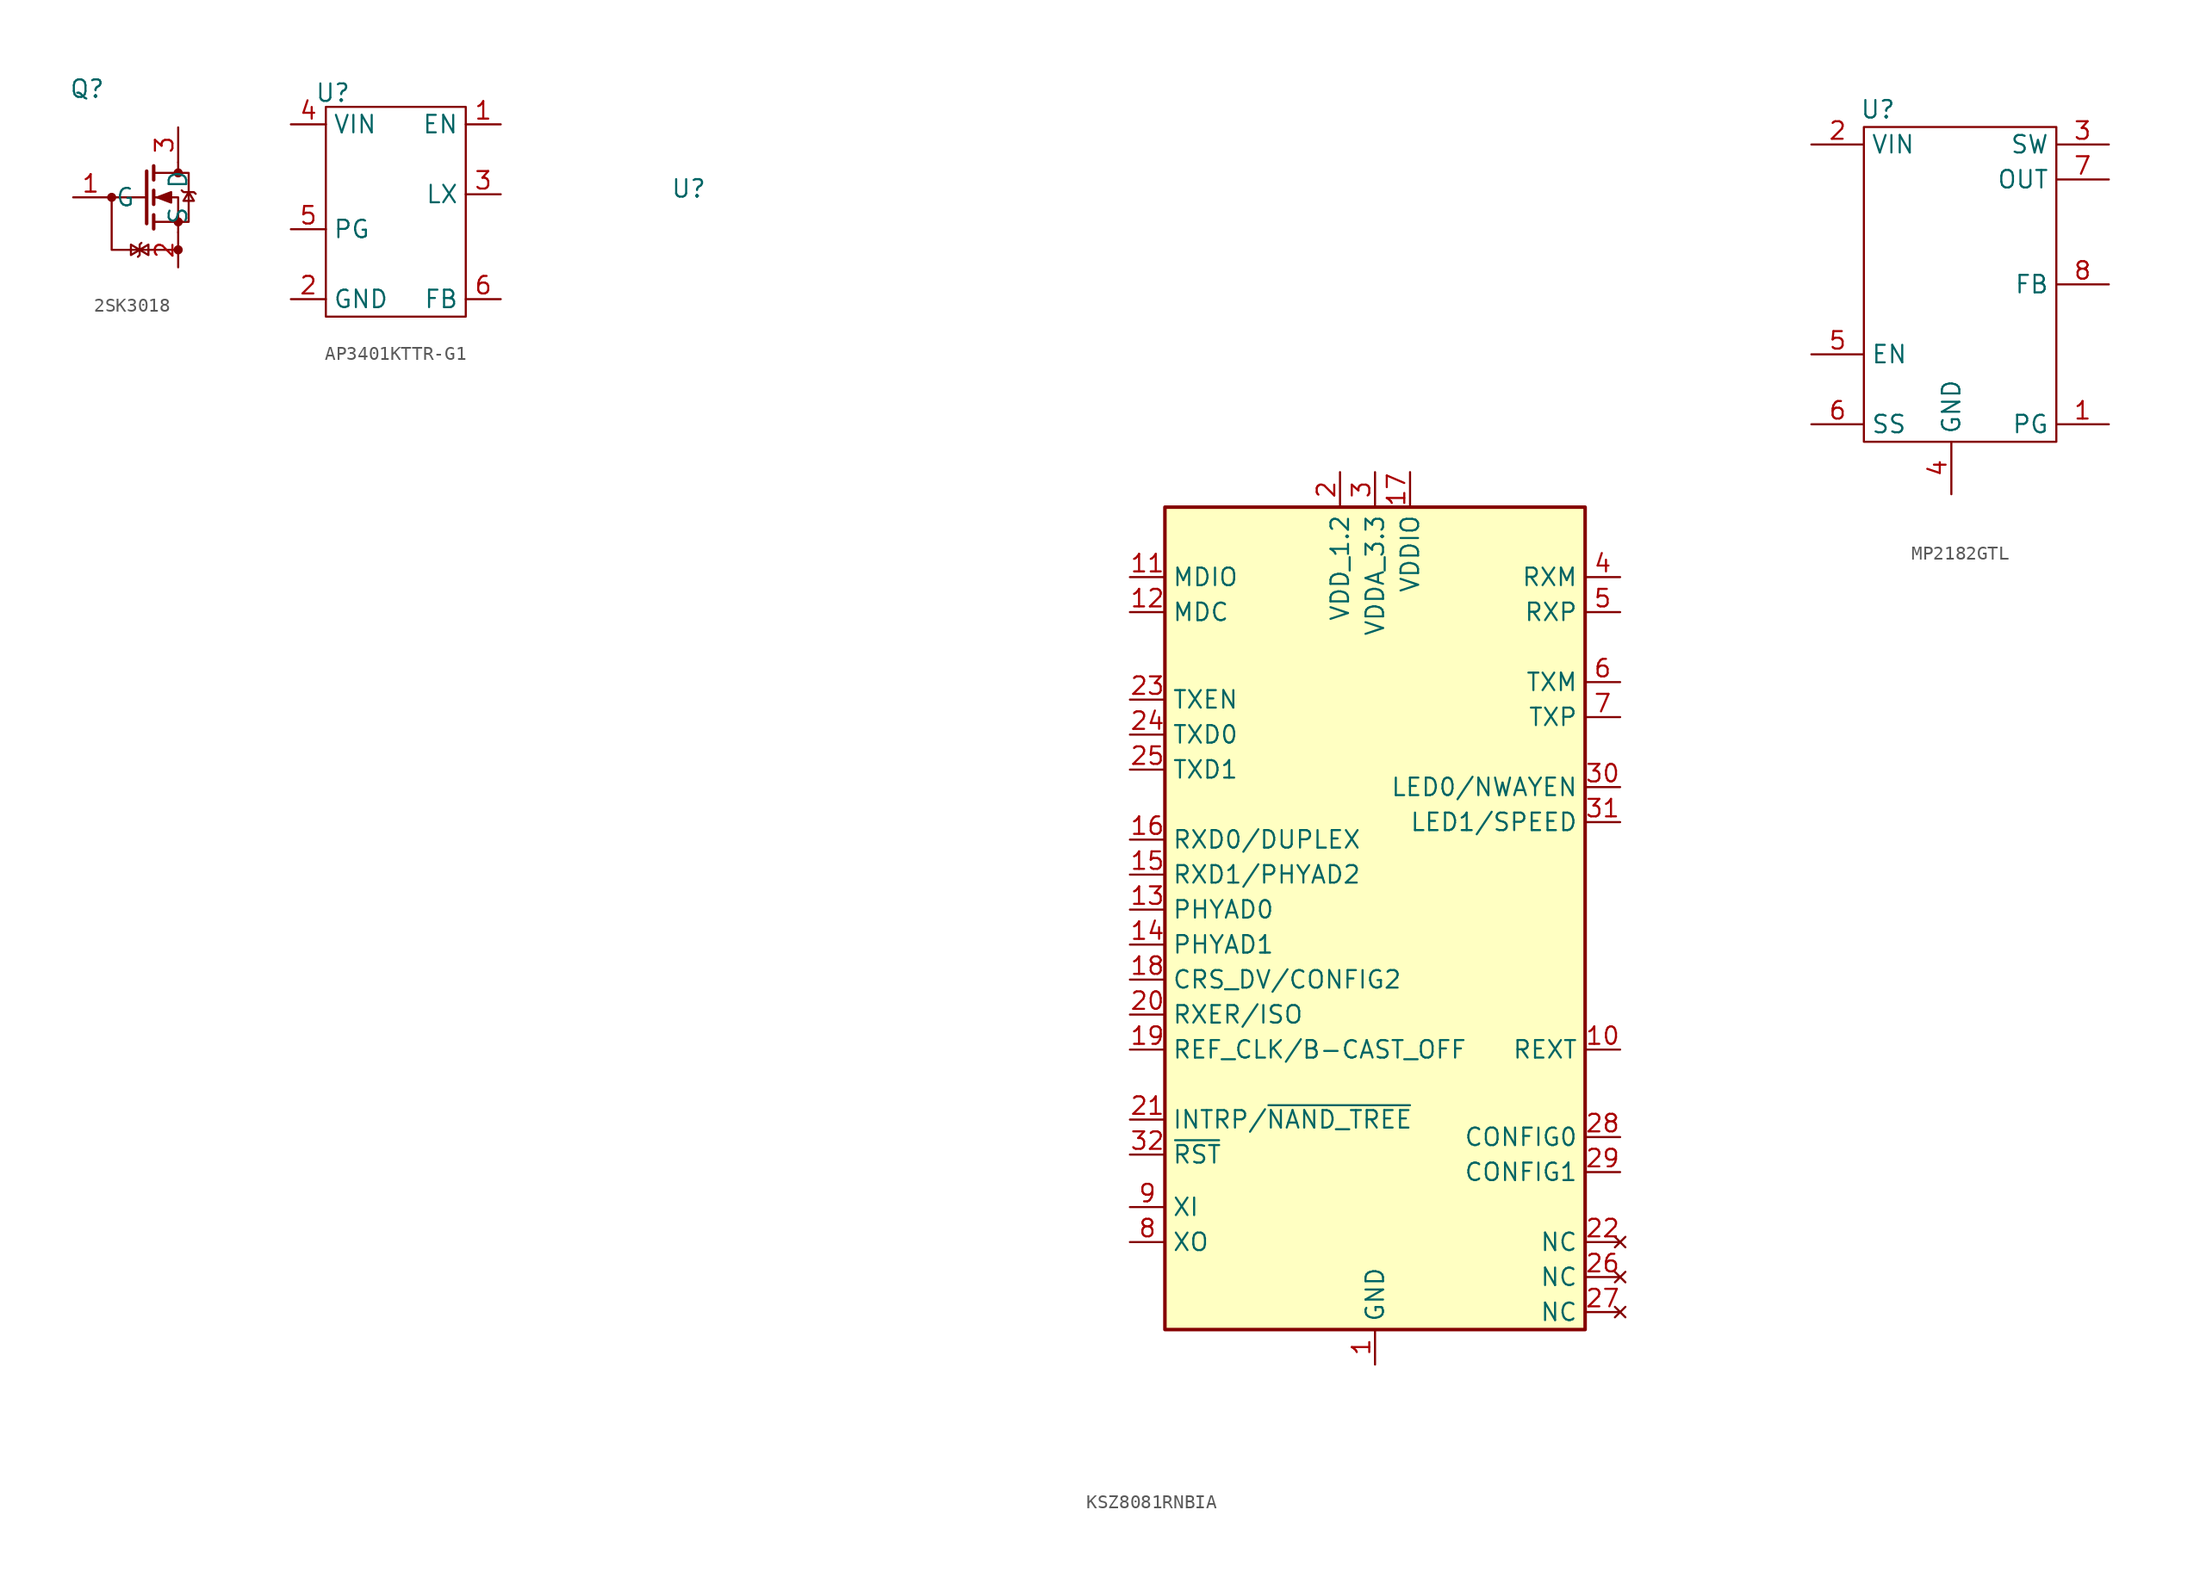
<source format=kicad_sym>
(kicad_symbol_lib
  (version 20231120)
  (generator "kicad_symbol_editor")
  (generator_version "8.0")
  (symbol "2SK3018"
    (property "Reference" "Q"
      (at -6.604 7.874 0)
      (effects (font (size 1.27 1.27))))
    (property "Value" ""
      (at 0 0 0)
      (effects (font (size 1.27 1.27))))
    (symbol "2SK3018_0_1"
      (polyline (pts (xy 0 -3.81) (xy -4.826 -3.81) (xy -4.826 0)) (stroke (width 0) (type default)) (fill (type none))))
    (symbol "2SK3018_1_1"
      (circle (center -4.826 0) (radius 0.254) (stroke (width 0) (type default)) (fill (type outline)))
      (circle (center 0 -3.81) (radius 0.254) (stroke (width 0) (type default)) (fill (type outline)))
      (circle (center 0 -1.778) (radius 0.254) (stroke (width 0) (type default)) (fill (type outline)))
      (polyline (pts (xy -2.286 0) (xy -5.08 0)) (stroke (width 0) (type default)) (fill (type none)))
      (polyline (pts (xy -2.286 1.905) (xy -2.286 -1.905)) (stroke (width 0.254) (type default)) (fill (type none)))
      (polyline (pts (xy -1.778 -1.27) (xy -1.778 -2.286)) (stroke (width 0.254) (type default)) (fill (type none)))
      (polyline (pts (xy -1.778 0.508) (xy -1.778 -0.508)) (stroke (width 0.254) (type default)) (fill (type none)))
      (polyline (pts (xy -1.778 2.286) (xy -1.778 1.27)) (stroke (width 0.254) (type default)) (fill (type none)))
      (polyline (pts (xy 0 2.54) (xy 0 1.778)) (stroke (width 0) (type default)) (fill (type none)))
      (polyline (pts (xy 0 -2.54) (xy 0 0) (xy -1.778 0)) (stroke (width 0) (type default)) (fill (type none)))
      (polyline (pts (xy -2.794 -3.81) (xy -3.429 -3.429) (xy -3.429 -4.191) (xy -2.794 -3.81)) (stroke (width 0) (type default)) (fill (type none)))
      (polyline (pts (xy -2.794 -3.81) (xy -2.159 -4.191) (xy -2.159 -3.429) (xy -2.794 -3.81)) (stroke (width 0) (type default)) (fill (type none)))
      (polyline (pts (xy -2.667 -3.302) (xy -2.794 -3.429) (xy -2.794 -4.191) (xy -2.921 -4.318)) (stroke (width 0) (type default)) (fill (type none)))
      (polyline (pts (xy -1.778 -1.778) (xy 0.762 -1.778) (xy 0.762 1.778) (xy -1.778 1.778)) (stroke (width 0) (type default)) (fill (type none)))
      (polyline (pts (xy -1.524 0) (xy -0.508 0.381) (xy -0.508 -0.381) (xy -1.524 0)) (stroke (width 0) (type default)) (fill (type outline)))
      (polyline (pts (xy 0.254 0.508) (xy 0.381 0.381) (xy 1.143 0.381) (xy 1.27 0.254)) (stroke (width 0) (type default)) (fill (type none)))
      (polyline (pts (xy 0.762 0.381) (xy 0.381 -0.254) (xy 1.143 -0.254) (xy 0.762 0.381)) (stroke (width 0) (type default)) (fill (type none)))
      (circle (center 0 1.778) (radius 0.254) (stroke (width 0) (type default)) (fill (type outline)))
      (pin input line (at -7.62 0 0) (length 2.54) (name "G" (effects (font (size 1.27 1.27)))) (number "1" (effects (font (size 1.27 1.27)))))
      (pin passive line (at 0 -5.08 90) (length 2.54) (name "S" (effects (font (size 1.27 1.27)))) (number "2" (effects (font (size 1.27 1.27)))))
      (pin passive line (at 0 5.08 270) (length 2.54) (name "D" (effects (font (size 1.27 1.27)))) (number "3" (effects (font (size 1.27 1.27)))))))
  (symbol "AP3401KTTR-G1"
    (property "Reference" "U"
      (at -4.572 3.556 0)
      (effects (font (size 1.27 1.27))))
    (property "Value" ""
      (at 0 0 0)
      (effects (font (size 1.27 1.27))))
    (symbol "AP3401KTTR-G1_0_1"
      (rectangle (start -5.08 -12.7) (end 5.08 2.54) (stroke (width 0) (type default)) (fill (type none))))
    (symbol "AP3401KTTR-G1_1_1"
      (pin input line (at 7.62 1.27 180) (length 2.54) (name "EN" (effects (font (size 1.27 1.27)))) (number "1" (effects (font (size 1.27 1.27)))))
      (pin input line (at -7.62 -11.43 0) (length 2.54) (name "GND" (effects (font (size 1.27 1.27)))) (number "2" (effects (font (size 1.27 1.27)))))
      (pin input line (at 7.62 -3.81 180) (length 2.54) (name "LX" (effects (font (size 1.27 1.27)))) (number "3" (effects (font (size 1.27 1.27)))))
      (pin input line (at -7.62 1.27 0) (length 2.54) (name "VIN" (effects (font (size 1.27 1.27)))) (number "4" (effects (font (size 1.27 1.27)))))
      (pin input line (at -7.62 -6.35 0) (length 2.54) (name "PG" (effects (font (size 1.27 1.27)))) (number "5" (effects (font (size 1.27 1.27)))))
      (pin input line (at 7.62 -11.43 180) (length 2.54) (name "FB" (effects (font (size 1.27 1.27)))) (number "6" (effects (font (size 1.27 1.27)))))))
  (symbol "KSZ8081RNBIA"
    (property "Reference" "U"
      (at -49.784 48.514 0)
      (effects (font (size 1.27 1.27))))
    (property "Value" ""
      (at -49.784 48.514 0)
      (effects (font (size 1.27 1.27))))
    (symbol "KSZ8081RNBIA_0_1"
      (rectangle (start -15.24 25.4) (end 15.24 -34.29) (stroke (width 0.254) (type default)) (fill (type background))))
    (symbol "KSZ8081RNBIA_1_1"
      (pin passive line (at 0 -36.83 90) (length 2.54) (name "GND" (effects (font (size 1.27 1.27)))) (number "1" (effects (font (size 1.27 1.27)))))
      (pin passive line (at 17.78 -13.97 180) (length 2.54) (name "REXT" (effects (font (size 1.27 1.27)))) (number "10" (effects (font (size 1.27 1.27)))))
      (pin bidirectional line (at -17.78 20.32 0) (length 2.54) (name "MDIO" (effects (font (size 1.27 1.27)))) (number "11" (effects (font (size 1.27 1.27)))))
      (pin input line (at -17.78 17.78 0) (length 2.54) (name "MDC" (effects (font (size 1.27 1.27)))) (number "12" (effects (font (size 1.27 1.27)))))
      (pin bidirectional line (at -17.78 -3.81 0) (length 2.54) (name "PHYAD0" (effects (font (size 1.27 1.27)))) (number "13" (effects (font (size 1.27 1.27)))))
      (pin bidirectional line (at -17.78 -6.35 0) (length 2.54) (name "PHYAD1" (effects (font (size 1.27 1.27)))) (number "14" (effects (font (size 1.27 1.27)))))
      (pin bidirectional line (at -17.78 -1.27 0) (length 2.54) (name "RXD1/PHYAD2" (effects (font (size 1.27 1.27)))) (number "15" (effects (font (size 1.27 1.27)))))
      (pin bidirectional line (at -17.78 1.27 0) (length 2.54) (name "RXD0/DUPLEX" (effects (font (size 1.27 1.27)))) (number "16" (effects (font (size 1.27 1.27)))))
      (pin power_in line (at 2.54 27.94 270) (length 2.54) (name "VDDIO" (effects (font (size 1.27 1.27)))) (number "17" (effects (font (size 1.27 1.27)))))
      (pin bidirectional line (at -17.78 -8.89 0) (length 2.54) (name "CRS_DV/CONFIG2" (effects (font (size 1.27 1.27)))) (number "18" (effects (font (size 1.27 1.27)))))
      (pin passive line (at -17.78 -13.97 0) (length 2.54) (name "REF_CLK/B-CAST_OFF" (effects (font (size 1.27 1.27)))) (number "19" (effects (font (size 1.27 1.27)))))
      (pin power_out line (at -2.54 27.94 270) (length 2.54) (name "VDD_1.2" (effects (font (size 1.27 1.27)))) (number "2" (effects (font (size 1.27 1.27)))))
      (pin bidirectional line (at -17.78 -11.43 0) (length 2.54) (name "RXER/ISO" (effects (font (size 1.27 1.27)))) (number "20" (effects (font (size 1.27 1.27)))))
      (pin bidirectional line (at -17.78 -19.05 0) (length 2.54) (name "INTRP/~{NAND_TREE}" (effects (font (size 1.27 1.27)))) (number "21" (effects (font (size 1.27 1.27)))))
      (pin no_connect line (at 17.78 -27.94 180) (length 2.54) (name "NC" (effects (font (size 1.27 1.27)))) (number "22" (effects (font (size 1.27 1.27)))))
      (pin input line (at -17.78 11.43 0) (length 2.54) (name "TXEN" (effects (font (size 1.27 1.27)))) (number "23" (effects (font (size 1.27 1.27)))))
      (pin input line (at -17.78 8.89 0) (length 2.54) (name "TXD0" (effects (font (size 1.27 1.27)))) (number "24" (effects (font (size 1.27 1.27)))))
      (pin input line (at -17.78 6.35 0) (length 2.54) (name "TXD1" (effects (font (size 1.27 1.27)))) (number "25" (effects (font (size 1.27 1.27)))))
      (pin no_connect line (at 17.78 -30.48 180) (length 2.54) (name "NC" (effects (font (size 1.27 1.27)))) (number "26" (effects (font (size 1.27 1.27)))))
      (pin no_connect line (at 17.78 -33.02 180) (length 2.54) (name "NC" (effects (font (size 1.27 1.27)))) (number "27" (effects (font (size 1.27 1.27)))))
      (pin bidirectional line (at 17.78 -20.32 180) (length 2.54) (name "CONFIG0" (effects (font (size 1.27 1.27)))) (number "28" (effects (font (size 1.27 1.27)))))
      (pin bidirectional line (at 17.78 -22.86 180) (length 2.54) (name "CONFIG1" (effects (font (size 1.27 1.27)))) (number "29" (effects (font (size 1.27 1.27)))))
      (pin power_in line (at 0 27.94 270) (length 2.54) (name "VDDA_3.3" (effects (font (size 1.27 1.27)))) (number "3" (effects (font (size 1.27 1.27)))))
      (pin bidirectional line (at 17.78 5.08 180) (length 2.54) (name "LED0/NWAYEN" (effects (font (size 1.27 1.27)))) (number "30" (effects (font (size 1.27 1.27)))))
      (pin bidirectional line (at 17.78 2.54 180) (length 2.54) (name "LED1/SPEED" (effects (font (size 1.27 1.27)))) (number "31" (effects (font (size 1.27 1.27)))))
      (pin input line (at -17.78 -21.59 0) (length 2.54) (name "~{RST}" (effects (font (size 1.27 1.27)))) (number "32" (effects (font (size 1.27 1.27)))))
      (pin bidirectional line (at 17.78 20.32 180) (length 2.54) (name "RXM" (effects (font (size 1.27 1.27)))) (number "4" (effects (font (size 1.27 1.27)))))
      (pin bidirectional line (at 17.78 17.78 180) (length 2.54) (name "RXP" (effects (font (size 1.27 1.27)))) (number "5" (effects (font (size 1.27 1.27)))))
      (pin bidirectional line (at 17.78 12.7 180) (length 2.54) (name "TXM" (effects (font (size 1.27 1.27)))) (number "6" (effects (font (size 1.27 1.27)))))
      (pin bidirectional line (at 17.78 10.16 180) (length 2.54) (name "TXP" (effects (font (size 1.27 1.27)))) (number "7" (effects (font (size 1.27 1.27)))))
      (pin output line (at -17.78 -27.94 0) (length 2.54) (name "XO" (effects (font (size 1.27 1.27)))) (number "8" (effects (font (size 1.27 1.27)))))
      (pin input line (at -17.78 -25.4 0) (length 2.54) (name "XI" (effects (font (size 1.27 1.27)))) (number "9" (effects (font (size 1.27 1.27)))))))
  (symbol "MP2182GTL"
    (property "Reference" "U"
      (at -5.334 6.35 0)
      (effects (font (size 1.27 1.27))))
    (property "Value" ""
      (at -1.27 0 0)
      (effects (font (size 1.27 1.27))))
    (symbol "MP2182GTL_0_1"
      (rectangle (start -6.35 -17.78) (end 7.62 5.08) (stroke (width 0) (type default)) (fill (type none))))
    (symbol "MP2182GTL_1_1"
      (pin passive line (at 11.43 -16.51 180) (length 3.81) (name "PG" (effects (font (size 1.27 1.27)))) (number "1" (effects (font (size 1.27 1.27)))))
      (pin passive line (at -10.16 3.81 0) (length 3.81) (name "VIN" (effects (font (size 1.27 1.27)))) (number "2" (effects (font (size 1.27 1.27)))))
      (pin passive line (at 11.43 3.81 180) (length 3.81) (name "SW" (effects (font (size 1.27 1.27)))) (number "3" (effects (font (size 1.27 1.27)))))
      (pin passive line (at 0 -21.59 90) (length 3.81) (name "GND" (effects (font (size 1.27 1.27)))) (number "4" (effects (font (size 1.27 1.27)))))
      (pin passive line (at -10.16 -11.43 0) (length 3.81) (name "EN" (effects (font (size 1.27 1.27)))) (number "5" (effects (font (size 1.27 1.27)))))
      (pin passive line (at -10.16 -16.51 0) (length 3.81) (name "SS" (effects (font (size 1.27 1.27)))) (number "6" (effects (font (size 1.27 1.27)))))
      (pin passive line (at 11.43 1.27 180) (length 3.81) (name "OUT" (effects (font (size 1.27 1.27)))) (number "7" (effects (font (size 1.27 1.27)))))
      (pin passive line (at 11.43 -6.35 180) (length 3.81) (name "FB" (effects (font (size 1.27 1.27)))) (number "8" (effects (font (size 1.27 1.27))))))))
</source>
